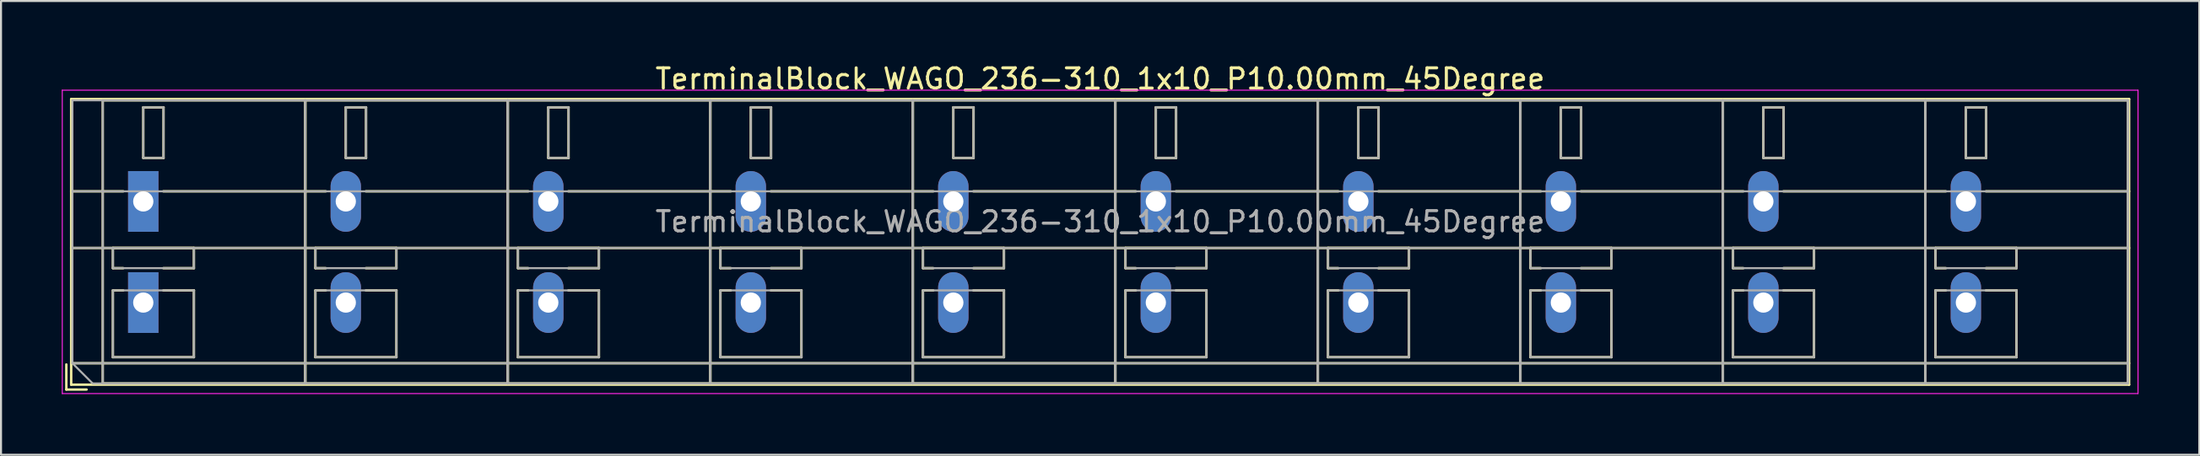
<source format=kicad_pcb>
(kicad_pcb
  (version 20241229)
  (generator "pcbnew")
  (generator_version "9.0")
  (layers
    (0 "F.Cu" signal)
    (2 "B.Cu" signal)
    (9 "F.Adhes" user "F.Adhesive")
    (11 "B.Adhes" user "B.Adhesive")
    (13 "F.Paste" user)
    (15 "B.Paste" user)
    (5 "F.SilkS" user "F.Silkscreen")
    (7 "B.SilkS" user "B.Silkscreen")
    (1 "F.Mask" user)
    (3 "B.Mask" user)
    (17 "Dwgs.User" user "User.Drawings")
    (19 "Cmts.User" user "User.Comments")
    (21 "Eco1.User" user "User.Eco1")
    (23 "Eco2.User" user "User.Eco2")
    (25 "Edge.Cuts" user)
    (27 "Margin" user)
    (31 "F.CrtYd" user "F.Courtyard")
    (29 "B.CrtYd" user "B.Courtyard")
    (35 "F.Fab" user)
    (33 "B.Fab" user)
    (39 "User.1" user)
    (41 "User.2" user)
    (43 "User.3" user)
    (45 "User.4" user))
  (footprint "TerminalBlock_WAGO_236-310_1x10_P10.00mm_45Degree"
    (layer "F.Cu")
    (at 4.025 11.908)
    (property "Reference" "TerminalBlock_WAGO_236-310_1x10_P10.00mm_45Degree" (at 47.25 -11.06 0) (layer "F.SilkS") (effects (font (size 1 1) (thickness 0.15))))
    (attr through_hole)
    (fp_line (start -3.8 3.06) (end -3.8 4.3) (stroke (width 0.12) (type solid)) (layer "F.SilkS"))
    (fp_line (start -3.8 4.3) (end -2.8 4.3) (stroke (width 0.12) (type solid)) (layer "F.SilkS"))
    (fp_line (start -3.56 -10.06) (end -3.56 4.06) (stroke (width 0.12) (type solid)) (layer "F.SilkS"))
    (fp_line (start -3.56 -10.06) (end 98.06 -10.06) (stroke (width 0.12) (type solid)) (layer "F.SilkS"))
    (fp_line (start -3.56 -5.5) (end -0.99 -5.5) (stroke (width 0.12) (type solid)) (layer "F.SilkS"))
    (fp_line (start -3.56 -2.7) (end 98.06 -2.7) (stroke (width 0.12) (type solid)) (layer "F.SilkS"))
    (fp_line (start -3.56 3) (end 98.06 3) (stroke (width 0.12) (type solid)) (layer "F.SilkS"))
    (fp_line (start -3.56 4.06) (end 98.06 4.06) (stroke (width 0.12) (type solid)) (layer "F.SilkS"))
    (fp_line (start -2 -10) (end -2 4) (stroke (width 0.12) (type solid)) (layer "F.SilkS"))
    (fp_line (start -2 -10) (end 8 -10) (stroke (width 0.12) (type solid)) (layer "F.SilkS"))
    (fp_line (start -2 4) (end 8 4) (stroke (width 0.12) (type solid)) (layer "F.SilkS"))
    (fp_line (start -1.5 -2.7) (end -1.5 -1.701) (stroke (width 0.12) (type solid)) (layer "F.SilkS"))
    (fp_line (start -1.5 -2.7) (end 2.5 -2.7) (stroke (width 0.12) (type solid)) (layer "F.SilkS"))
    (fp_line (start -1.5 -1.701) (end -0.99 -1.701) (stroke (width 0.12) (type solid)) (layer "F.SilkS"))
    (fp_line (start -1.5 -0.6) (end -1.5 2.7) (stroke (width 0.12) (type solid)) (layer "F.SilkS"))
    (fp_line (start -1.5 -0.6) (end -0.99 -0.6) (stroke (width 0.12) (type solid)) (layer "F.SilkS"))
    (fp_line (start -1.5 2.7) (end 2.5 2.7) (stroke (width 0.12) (type solid)) (layer "F.SilkS"))
    (fp_line (start 0 -9.65) (end 0 -7.15) (stroke (width 0.12) (type solid)) (layer "F.SilkS"))
    (fp_line (start 0 -9.65) (end 1 -9.65) (stroke (width 0.12) (type solid)) (layer "F.SilkS"))
    (fp_line (start 0 -7.15) (end 1 -7.15) (stroke (width 0.12) (type solid)) (layer "F.SilkS"))
    (fp_line (start 0.99 -5.5) (end 9.01 -5.5) (stroke (width 0.12) (type solid)) (layer "F.SilkS"))
    (fp_line (start 0.99 -1.701) (end 2.5 -1.701) (stroke (width 0.12) (type solid)) (layer "F.SilkS"))
    (fp_line (start 0.99 -0.6) (end 2.5 -0.6) (stroke (width 0.12) (type solid)) (layer "F.SilkS"))
    (fp_line (start 1 -9.65) (end 1 -7.15) (stroke (width 0.12) (type solid)) (layer "F.SilkS"))
    (fp_line (start 2.5 -2.7) (end 2.5 -1.701) (stroke (width 0.12) (type solid)) (layer "F.SilkS"))
    (fp_line (start 2.5 -0.6) (end 2.5 2.7) (stroke (width 0.12) (type solid)) (layer "F.SilkS"))
    (fp_line (start 8 -10) (end 8 4) (stroke (width 0.12) (type solid)) (layer "F.SilkS"))
    (fp_line (start 8 -10) (end 8 4) (stroke (width 0.12) (type solid)) (layer "F.SilkS"))
    (fp_line (start 8 -10) (end 18 -10) (stroke (width 0.12) (type solid)) (layer "F.SilkS"))
    (fp_line (start 8 4) (end 18 4) (stroke (width 0.12) (type solid)) (layer "F.SilkS"))
    (fp_line (start 8.5 -2.7) (end 8.5 -1.701) (stroke (width 0.12) (type solid)) (layer "F.SilkS"))
    (fp_line (start 8.5 -2.7) (end 12.5 -2.7) (stroke (width 0.12) (type solid)) (layer "F.SilkS"))
    (fp_line (start 8.5 -1.701) (end 9.01 -1.701) (stroke (width 0.12) (type solid)) (layer "F.SilkS"))
    (fp_line (start 8.5 -0.6) (end 8.5 2.7) (stroke (width 0.12) (type solid)) (layer "F.SilkS"))
    (fp_line (start 8.5 -0.6) (end 9.01 -0.6) (stroke (width 0.12) (type solid)) (layer "F.SilkS"))
    (fp_line (start 8.5 2.7) (end 12.5 2.7) (stroke (width 0.12) (type solid)) (layer "F.SilkS"))
    (fp_line (start 10 -9.65) (end 10 -7.15) (stroke (width 0.12) (type solid)) (layer "F.SilkS"))
    (fp_line (start 10 -9.65) (end 11 -9.65) (stroke (width 0.12) (type solid)) (layer "F.SilkS"))
    (fp_line (start 10 -7.15) (end 11 -7.15) (stroke (width 0.12) (type solid)) (layer "F.SilkS"))
    (fp_line (start 10.99 -5.5) (end 19.01 -5.5) (stroke (width 0.12) (type solid)) (layer "F.SilkS"))
    (fp_line (start 10.99 -1.701) (end 12.5 -1.701) (stroke (width 0.12) (type solid)) (layer "F.SilkS"))
    (fp_line (start 10.99 -0.6) (end 12.5 -0.6) (stroke (width 0.12) (type solid)) (layer "F.SilkS"))
    (fp_line (start 11 -9.65) (end 11 -7.15) (stroke (width 0.12) (type solid)) (layer "F.SilkS"))
    (fp_line (start 12.5 -2.7) (end 12.5 -1.701) (stroke (width 0.12) (type solid)) (layer "F.SilkS"))
    (fp_line (start 12.5 -0.6) (end 12.5 2.7) (stroke (width 0.12) (type solid)) (layer "F.SilkS"))
    (fp_line (start 18 -10) (end 18 4) (stroke (width 0.12) (type solid)) (layer "F.SilkS"))
    (fp_line (start 18 -10) (end 18 4) (stroke (width 0.12) (type solid)) (layer "F.SilkS"))
    (fp_line (start 18 -10) (end 28 -10) (stroke (width 0.12) (type solid)) (layer "F.SilkS"))
    (fp_line (start 18 4) (end 28 4) (stroke (width 0.12) (type solid)) (layer "F.SilkS"))
    (fp_line (start 18.5 -2.7) (end 18.5 -1.701) (stroke (width 0.12) (type solid)) (layer "F.SilkS"))
    (fp_line (start 18.5 -2.7) (end 22.5 -2.7) (stroke (width 0.12) (type solid)) (layer "F.SilkS"))
    (fp_line (start 18.5 -1.701) (end 19.01 -1.701) (stroke (width 0.12) (type solid)) (layer "F.SilkS"))
    (fp_line (start 18.5 -0.6) (end 18.5 2.7) (stroke (width 0.12) (type solid)) (layer "F.SilkS"))
    (fp_line (start 18.5 -0.6) (end 19.01 -0.6) (stroke (width 0.12) (type solid)) (layer "F.SilkS"))
    (fp_line (start 18.5 2.7) (end 22.5 2.7) (stroke (width 0.12) (type solid)) (layer "F.SilkS"))
    (fp_line (start 20 -9.65) (end 20 -7.15) (stroke (width 0.12) (type solid)) (layer "F.SilkS"))
    (fp_line (start 20 -9.65) (end 21 -9.65) (stroke (width 0.12) (type solid)) (layer "F.SilkS"))
    (fp_line (start 20 -7.15) (end 21 -7.15) (stroke (width 0.12) (type solid)) (layer "F.SilkS"))
    (fp_line (start 20.99 -5.5) (end 29.01 -5.5) (stroke (width 0.12) (type solid)) (layer "F.SilkS"))
    (fp_line (start 20.99 -1.701) (end 22.5 -1.701) (stroke (width 0.12) (type solid)) (layer "F.SilkS"))
    (fp_line (start 20.99 -0.6) (end 22.5 -0.6) (stroke (width 0.12) (type solid)) (layer "F.SilkS"))
    (fp_line (start 21 -9.65) (end 21 -7.15) (stroke (width 0.12) (type solid)) (layer "F.SilkS"))
    (fp_line (start 22.5 -2.7) (end 22.5 -1.701) (stroke (width 0.12) (type solid)) (layer "F.SilkS"))
    (fp_line (start 22.5 -0.6) (end 22.5 2.7) (stroke (width 0.12) (type solid)) (layer "F.SilkS"))
    (fp_line (start 28 -10) (end 28 4) (stroke (width 0.12) (type solid)) (layer "F.SilkS"))
    (fp_line (start 28 -10) (end 28 4) (stroke (width 0.12) (type solid)) (layer "F.SilkS"))
    (fp_line (start 28 -10) (end 38 -10) (stroke (width 0.12) (type solid)) (layer "F.SilkS"))
    (fp_line (start 28 4) (end 38 4) (stroke (width 0.12) (type solid)) (layer "F.SilkS"))
    (fp_line (start 28.5 -2.7) (end 28.5 -1.701) (stroke (width 0.12) (type solid)) (layer "F.SilkS"))
    (fp_line (start 28.5 -2.7) (end 32.5 -2.7) (stroke (width 0.12) (type solid)) (layer "F.SilkS"))
    (fp_line (start 28.5 -1.701) (end 29.01 -1.701) (stroke (width 0.12) (type solid)) (layer "F.SilkS"))
    (fp_line (start 28.5 -0.6) (end 28.5 2.7) (stroke (width 0.12) (type solid)) (layer "F.SilkS"))
    (fp_line (start 28.5 -0.6) (end 29.01 -0.6) (stroke (width 0.12) (type solid)) (layer "F.SilkS"))
    (fp_line (start 28.5 2.7) (end 32.5 2.7) (stroke (width 0.12) (type solid)) (layer "F.SilkS"))
    (fp_line (start 30 -9.65) (end 30 -7.15) (stroke (width 0.12) (type solid)) (layer "F.SilkS"))
    (fp_line (start 30 -9.65) (end 31 -9.65) (stroke (width 0.12) (type solid)) (layer "F.SilkS"))
    (fp_line (start 30 -7.15) (end 31 -7.15) (stroke (width 0.12) (type solid)) (layer "F.SilkS"))
    (fp_line (start 30.99 -5.5) (end 39.01 -5.5) (stroke (width 0.12) (type solid)) (layer "F.SilkS"))
    (fp_line (start 30.99 -1.701) (end 32.5 -1.701) (stroke (width 0.12) (type solid)) (layer "F.SilkS"))
    (fp_line (start 30.99 -0.6) (end 32.5 -0.6) (stroke (width 0.12) (type solid)) (layer "F.SilkS"))
    (fp_line (start 31 -9.65) (end 31 -7.15) (stroke (width 0.12) (type solid)) (layer "F.SilkS"))
    (fp_line (start 32.5 -2.7) (end 32.5 -1.701) (stroke (width 0.12) (type solid)) (layer "F.SilkS"))
    (fp_line (start 32.5 -0.6) (end 32.5 2.7) (stroke (width 0.12) (type solid)) (layer "F.SilkS"))
    (fp_line (start 38 -10) (end 38 4) (stroke (width 0.12) (type solid)) (layer "F.SilkS"))
    (fp_line (start 38 -10) (end 38 4) (stroke (width 0.12) (type solid)) (layer "F.SilkS"))
    (fp_line (start 38 -10) (end 48 -10) (stroke (width 0.12) (type solid)) (layer "F.SilkS"))
    (fp_line (start 38 4) (end 48 4) (stroke (width 0.12) (type solid)) (layer "F.SilkS"))
    (fp_line (start 38.5 -2.7) (end 38.5 -1.701) (stroke (width 0.12) (type solid)) (layer "F.SilkS"))
    (fp_line (start 38.5 -2.7) (end 42.5 -2.7) (stroke (width 0.12) (type solid)) (layer "F.SilkS"))
    (fp_line (start 38.5 -1.701) (end 39.01 -1.701) (stroke (width 0.12) (type solid)) (layer "F.SilkS"))
    (fp_line (start 38.5 -0.6) (end 38.5 2.7) (stroke (width 0.12) (type solid)) (layer "F.SilkS"))
    (fp_line (start 38.5 -0.6) (end 39.01 -0.6) (stroke (width 0.12) (type solid)) (layer "F.SilkS"))
    (fp_line (start 38.5 2.7) (end 42.5 2.7) (stroke (width 0.12) (type solid)) (layer "F.SilkS"))
    (fp_line (start 40 -9.65) (end 40 -7.15) (stroke (width 0.12) (type solid)) (layer "F.SilkS"))
    (fp_line (start 40 -9.65) (end 41 -9.65) (stroke (width 0.12) (type solid)) (layer "F.SilkS"))
    (fp_line (start 40 -7.15) (end 41 -7.15) (stroke (width 0.12) (type solid)) (layer "F.SilkS"))
    (fp_line (start 40.99 -5.5) (end 49.01 -5.5) (stroke (width 0.12) (type solid)) (layer "F.SilkS"))
    (fp_line (start 40.99 -1.701) (end 42.5 -1.701) (stroke (width 0.12) (type solid)) (layer "F.SilkS"))
    (fp_line (start 40.99 -0.6) (end 42.5 -0.6) (stroke (width 0.12) (type solid)) (layer "F.SilkS"))
    (fp_line (start 41 -9.65) (end 41 -7.15) (stroke (width 0.12) (type solid)) (layer "F.SilkS"))
    (fp_line (start 42.5 -2.7) (end 42.5 -1.701) (stroke (width 0.12) (type solid)) (layer "F.SilkS"))
    (fp_line (start 42.5 -0.6) (end 42.5 2.7) (stroke (width 0.12) (type solid)) (layer "F.SilkS"))
    (fp_line (start 48 -10) (end 48 4) (stroke (width 0.12) (type solid)) (layer "F.SilkS"))
    (fp_line (start 48 -10) (end 48 4) (stroke (width 0.12) (type solid)) (layer "F.SilkS"))
    (fp_line (start 48 -10) (end 58 -10) (stroke (width 0.12) (type solid)) (layer "F.SilkS"))
    (fp_line (start 48 4) (end 58 4) (stroke (width 0.12) (type solid)) (layer "F.SilkS"))
    (fp_line (start 48.5 -2.7) (end 48.5 -1.701) (stroke (width 0.12) (type solid)) (layer "F.SilkS"))
    (fp_line (start 48.5 -2.7) (end 52.5 -2.7) (stroke (width 0.12) (type solid)) (layer "F.SilkS"))
    (fp_line (start 48.5 -1.701) (end 49.01 -1.701) (stroke (width 0.12) (type solid)) (layer "F.SilkS"))
    (fp_line (start 48.5 -0.6) (end 48.5 2.7) (stroke (width 0.12) (type solid)) (layer "F.SilkS"))
    (fp_line (start 48.5 -0.6) (end 49.01 -0.6) (stroke (width 0.12) (type solid)) (layer "F.SilkS"))
    (fp_line (start 48.5 2.7) (end 52.5 2.7) (stroke (width 0.12) (type solid)) (layer "F.SilkS"))
    (fp_line (start 50 -9.65) (end 50 -7.15) (stroke (width 0.12) (type solid)) (layer "F.SilkS"))
    (fp_line (start 50 -9.65) (end 51 -9.65) (stroke (width 0.12) (type solid)) (layer "F.SilkS"))
    (fp_line (start 50 -7.15) (end 51 -7.15) (stroke (width 0.12) (type solid)) (layer "F.SilkS"))
    (fp_line (start 50.99 -5.5) (end 59.01 -5.5) (stroke (width 0.12) (type solid)) (layer "F.SilkS"))
    (fp_line (start 50.99 -1.701) (end 52.5 -1.701) (stroke (width 0.12) (type solid)) (layer "F.SilkS"))
    (fp_line (start 50.99 -0.6) (end 52.5 -0.6) (stroke (width 0.12) (type solid)) (layer "F.SilkS"))
    (fp_line (start 51 -9.65) (end 51 -7.15) (stroke (width 0.12) (type solid)) (layer "F.SilkS"))
    (fp_line (start 52.5 -2.7) (end 52.5 -1.701) (stroke (width 0.12) (type solid)) (layer "F.SilkS"))
    (fp_line (start 52.5 -0.6) (end 52.5 2.7) (stroke (width 0.12) (type solid)) (layer "F.SilkS"))
    (fp_line (start 58 -10) (end 58 4) (stroke (width 0.12) (type solid)) (layer "F.SilkS"))
    (fp_line (start 58 -10) (end 58 4) (stroke (width 0.12) (type solid)) (layer "F.SilkS"))
    (fp_line (start 58 -10) (end 68 -10) (stroke (width 0.12) (type solid)) (layer "F.SilkS"))
    (fp_line (start 58 4) (end 68 4) (stroke (width 0.12) (type solid)) (layer "F.SilkS"))
    (fp_line (start 58.5 -2.7) (end 58.5 -1.701) (stroke (width 0.12) (type solid)) (layer "F.SilkS"))
    (fp_line (start 58.5 -2.7) (end 62.5 -2.7) (stroke (width 0.12) (type solid)) (layer "F.SilkS"))
    (fp_line (start 58.5 -1.701) (end 59.01 -1.701) (stroke (width 0.12) (type solid)) (layer "F.SilkS"))
    (fp_line (start 58.5 -0.6) (end 58.5 2.7) (stroke (width 0.12) (type solid)) (layer "F.SilkS"))
    (fp_line (start 58.5 -0.6) (end 59.01 -0.6) (stroke (width 0.12) (type solid)) (layer "F.SilkS"))
    (fp_line (start 58.5 2.7) (end 62.5 2.7) (stroke (width 0.12) (type solid)) (layer "F.SilkS"))
    (fp_line (start 60 -9.65) (end 60 -7.15) (stroke (width 0.12) (type solid)) (layer "F.SilkS"))
    (fp_line (start 60 -9.65) (end 61 -9.65) (stroke (width 0.12) (type solid)) (layer "F.SilkS"))
    (fp_line (start 60 -7.15) (end 61 -7.15) (stroke (width 0.12) (type solid)) (layer "F.SilkS"))
    (fp_line (start 60.99 -5.5) (end 69.01 -5.5) (stroke (width 0.12) (type solid)) (layer "F.SilkS"))
    (fp_line (start 60.99 -1.701) (end 62.5 -1.701) (stroke (width 0.12) (type solid)) (layer "F.SilkS"))
    (fp_line (start 60.99 -0.6) (end 62.5 -0.6) (stroke (width 0.12) (type solid)) (layer "F.SilkS"))
    (fp_line (start 61 -9.65) (end 61 -7.15) (stroke (width 0.12) (type solid)) (layer "F.SilkS"))
    (fp_line (start 62.5 -2.7) (end 62.5 -1.701) (stroke (width 0.12) (type solid)) (layer "F.SilkS"))
    (fp_line (start 62.5 -0.6) (end 62.5 2.7) (stroke (width 0.12) (type solid)) (layer "F.SilkS"))
    (fp_line (start 68 -10) (end 68 4) (stroke (width 0.12) (type solid)) (layer "F.SilkS"))
    (fp_line (start 68 -10) (end 68 4) (stroke (width 0.12) (type solid)) (layer "F.SilkS"))
    (fp_line (start 68 -10) (end 78 -10) (stroke (width 0.12) (type solid)) (layer "F.SilkS"))
    (fp_line (start 68 4) (end 78 4) (stroke (width 0.12) (type solid)) (layer "F.SilkS"))
    (fp_line (start 68.5 -2.7) (end 68.5 -1.701) (stroke (width 0.12) (type solid)) (layer "F.SilkS"))
    (fp_line (start 68.5 -2.7) (end 72.5 -2.7) (stroke (width 0.12) (type solid)) (layer "F.SilkS"))
    (fp_line (start 68.5 -1.701) (end 69.01 -1.701) (stroke (width 0.12) (type solid)) (layer "F.SilkS"))
    (fp_line (start 68.5 -0.6) (end 68.5 2.7) (stroke (width 0.12) (type solid)) (layer "F.SilkS"))
    (fp_line (start 68.5 -0.6) (end 69.01 -0.6) (stroke (width 0.12) (type solid)) (layer "F.SilkS"))
    (fp_line (start 68.5 2.7) (end 72.5 2.7) (stroke (width 0.12) (type solid)) (layer "F.SilkS"))
    (fp_line (start 70 -9.65) (end 70 -7.15) (stroke (width 0.12) (type solid)) (layer "F.SilkS"))
    (fp_line (start 70 -9.65) (end 71 -9.65) (stroke (width 0.12) (type solid)) (layer "F.SilkS"))
    (fp_line (start 70 -7.15) (end 71 -7.15) (stroke (width 0.12) (type solid)) (layer "F.SilkS"))
    (fp_line (start 70.99 -5.5) (end 79.01 -5.5) (stroke (width 0.12) (type solid)) (layer "F.SilkS"))
    (fp_line (start 70.99 -1.701) (end 72.5 -1.701) (stroke (width 0.12) (type solid)) (layer "F.SilkS"))
    (fp_line (start 70.99 -0.6) (end 72.5 -0.6) (stroke (width 0.12) (type solid)) (layer "F.SilkS"))
    (fp_line (start 71 -9.65) (end 71 -7.15) (stroke (width 0.12) (type solid)) (layer "F.SilkS"))
    (fp_line (start 72.5 -2.7) (end 72.5 -1.701) (stroke (width 0.12) (type solid)) (layer "F.SilkS"))
    (fp_line (start 72.5 -0.6) (end 72.5 2.7) (stroke (width 0.12) (type solid)) (layer "F.SilkS"))
    (fp_line (start 78 -10) (end 78 4) (stroke (width 0.12) (type solid)) (layer "F.SilkS"))
    (fp_line (start 78 -10) (end 78 4) (stroke (width 0.12) (type solid)) (layer "F.SilkS"))
    (fp_line (start 78 -10) (end 88 -10) (stroke (width 0.12) (type solid)) (layer "F.SilkS"))
    (fp_line (start 78 4) (end 88 4) (stroke (width 0.12) (type solid)) (layer "F.SilkS"))
    (fp_line (start 78.5 -2.7) (end 78.5 -1.701) (stroke (width 0.12) (type solid)) (layer "F.SilkS"))
    (fp_line (start 78.5 -2.7) (end 82.5 -2.7) (stroke (width 0.12) (type solid)) (layer "F.SilkS"))
    (fp_line (start 78.5 -1.701) (end 79.01 -1.701) (stroke (width 0.12) (type solid)) (layer "F.SilkS"))
    (fp_line (start 78.5 -0.6) (end 78.5 2.7) (stroke (width 0.12) (type solid)) (layer "F.SilkS"))
    (fp_line (start 78.5 -0.6) (end 79.01 -0.6) (stroke (width 0.12) (type solid)) (layer "F.SilkS"))
    (fp_line (start 78.5 2.7) (end 82.5 2.7) (stroke (width 0.12) (type solid)) (layer "F.SilkS"))
    (fp_line (start 80 -9.65) (end 80 -7.15) (stroke (width 0.12) (type solid)) (layer "F.SilkS"))
    (fp_line (start 80 -9.65) (end 81 -9.65) (stroke (width 0.12) (type solid)) (layer "F.SilkS"))
    (fp_line (start 80 -7.15) (end 81 -7.15) (stroke (width 0.12) (type solid)) (layer "F.SilkS"))
    (fp_line (start 80.99 -5.5) (end 89.01 -5.5) (stroke (width 0.12) (type solid)) (layer "F.SilkS"))
    (fp_line (start 80.99 -1.701) (end 82.5 -1.701) (stroke (width 0.12) (type solid)) (layer "F.SilkS"))
    (fp_line (start 80.99 -0.6) (end 82.5 -0.6) (stroke (width 0.12) (type solid)) (layer "F.SilkS"))
    (fp_line (start 81 -9.65) (end 81 -7.15) (stroke (width 0.12) (type solid)) (layer "F.SilkS"))
    (fp_line (start 82.5 -2.7) (end 82.5 -1.701) (stroke (width 0.12) (type solid)) (layer "F.SilkS"))
    (fp_line (start 82.5 -0.6) (end 82.5 2.7) (stroke (width 0.12) (type solid)) (layer "F.SilkS"))
    (fp_line (start 88 -10) (end 88 4) (stroke (width 0.12) (type solid)) (layer "F.SilkS"))
    (fp_line (start 88 -10) (end 88 4) (stroke (width 0.12) (type solid)) (layer "F.SilkS"))
    (fp_line (start 88 -10) (end 98 -10) (stroke (width 0.12) (type solid)) (layer "F.SilkS"))
    (fp_line (start 88 4) (end 98 4) (stroke (width 0.12) (type solid)) (layer "F.SilkS"))
    (fp_line (start 88.5 -2.7) (end 88.5 -1.701) (stroke (width 0.12) (type solid)) (layer "F.SilkS"))
    (fp_line (start 88.5 -2.7) (end 92.5 -2.7) (stroke (width 0.12) (type solid)) (layer "F.SilkS"))
    (fp_line (start 88.5 -1.701) (end 89.01 -1.701) (stroke (width 0.12) (type solid)) (layer "F.SilkS"))
    (fp_line (start 88.5 -0.6) (end 88.5 2.7) (stroke (width 0.12) (type solid)) (layer "F.SilkS"))
    (fp_line (start 88.5 -0.6) (end 89.01 -0.6) (stroke (width 0.12) (type solid)) (layer "F.SilkS"))
    (fp_line (start 88.5 2.7) (end 92.5 2.7) (stroke (width 0.12) (type solid)) (layer "F.SilkS"))
    (fp_line (start 90 -9.65) (end 90 -7.15) (stroke (width 0.12) (type solid)) (layer "F.SilkS"))
    (fp_line (start 90 -9.65) (end 91 -9.65) (stroke (width 0.12) (type solid)) (layer "F.SilkS"))
    (fp_line (start 90 -7.15) (end 91 -7.15) (stroke (width 0.12) (type solid)) (layer "F.SilkS"))
    (fp_line (start 90.99 -5.5) (end 98.06 -5.5) (stroke (width 0.12) (type solid)) (layer "F.SilkS"))
    (fp_line (start 90.99 -1.701) (end 92.5 -1.701) (stroke (width 0.12) (type solid)) (layer "F.SilkS"))
    (fp_line (start 90.99 -0.6) (end 92.5 -0.6) (stroke (width 0.12) (type solid)) (layer "F.SilkS"))
    (fp_line (start 91 -9.65) (end 91 -7.15) (stroke (width 0.12) (type solid)) (layer "F.SilkS"))
    (fp_line (start 92.5 -2.7) (end 92.5 -1.701) (stroke (width 0.12) (type solid)) (layer "F.SilkS"))
    (fp_line (start 92.5 -0.6) (end 92.5 2.7) (stroke (width 0.12) (type solid)) (layer "F.SilkS"))
    (fp_line (start 98 -10) (end 98 4) (stroke (width 0.12) (type solid)) (layer "F.SilkS"))
    (fp_line (start 98.06 -10.06) (end 98.06 4.06) (stroke (width 0.12) (type solid)) (layer "F.SilkS"))
    (fp_line (start -4 -10.5) (end -4 4.5) (stroke (width 0.05) (type solid)) (layer "F.CrtYd"))
    (fp_line (start -4 4.5) (end 98.5 4.5) (stroke (width 0.05) (type solid)) (layer "F.CrtYd"))
    (fp_line (start 98.5 -10.5) (end -4 -10.5) (stroke (width 0.05) (type solid)) (layer "F.CrtYd"))
    (fp_line (start 98.5 4.5) (end 98.5 -10.5) (stroke (width 0.05) (type solid)) (layer "F.CrtYd"))
    (fp_line (start -3.5 -10) (end 98 -10) (stroke (width 0.1) (type solid)) (layer "F.Fab"))
    (fp_line (start -3.5 -5.5) (end 98 -5.5) (stroke (width 0.1) (type solid)) (layer "F.Fab"))
    (fp_line (start -3.5 -2.7) (end 98 -2.7) (stroke (width 0.1) (type solid)) (layer "F.Fab"))
    (fp_line (start -3.5 3) (end -3.5 -10) (stroke (width 0.1) (type solid)) (layer "F.Fab"))
    (fp_line (start -3.5 3) (end 98 3) (stroke (width 0.1) (type solid)) (layer "F.Fab"))
    (fp_line (start -2.5 4) (end -3.5 3) (stroke (width 0.1) (type solid)) (layer "F.Fab"))
    (fp_line (start -2 -10) (end -2 4) (stroke (width 0.1) (type solid)) (layer "F.Fab"))
    (fp_line (start -2 4) (end 8 4) (stroke (width 0.1) (type solid)) (layer "F.Fab"))
    (fp_line (start -1.5 -2.7) (end -1.5 -1.7) (stroke (width 0.1) (type solid)) (layer "F.Fab"))
    (fp_line (start -1.5 -1.7) (end 2.5 -1.7) (stroke (width 0.1) (type solid)) (layer "F.Fab"))
    (fp_line (start -1.5 -0.6) (end -1.5 2.7) (stroke (width 0.1) (type solid)) (layer "F.Fab"))
    (fp_line (start -1.5 2.7) (end 2.5 2.7) (stroke (width 0.1) (type solid)) (layer "F.Fab"))
    (fp_line (start 0 -9.65) (end 0 -7.15) (stroke (width 0.1) (type solid)) (layer "F.Fab"))
    (fp_line (start 0 -7.15) (end 1 -7.15) (stroke (width 0.1) (type solid)) (layer "F.Fab"))
    (fp_line (start 1 -9.65) (end 0 -9.65) (stroke (width 0.1) (type solid)) (layer "F.Fab"))
    (fp_line (start 1 -7.15) (end 1 -9.65) (stroke (width 0.1) (type solid)) (layer "F.Fab"))
    (fp_line (start 2.5 -2.7) (end -1.5 -2.7) (stroke (width 0.1) (type solid)) (layer "F.Fab"))
    (fp_line (start 2.5 -1.7) (end 2.5 -2.7) (stroke (width 0.1) (type solid)) (layer "F.Fab"))
    (fp_line (start 2.5 -0.6) (end -1.5 -0.6) (stroke (width 0.1) (type solid)) (layer "F.Fab"))
    (fp_line (start 2.5 2.7) (end 2.5 -0.6) (stroke (width 0.1) (type solid)) (layer "F.Fab"))
    (fp_line (start 8 -10) (end -2 -10) (stroke (width 0.1) (type solid)) (layer "F.Fab"))
    (fp_line (start 8 -10) (end 8 4) (stroke (width 0.1) (type solid)) (layer "F.Fab"))
    (fp_line (start 8 4) (end 8 -10) (stroke (width 0.1) (type solid)) (layer "F.Fab"))
    (fp_line (start 8 4) (end 18 4) (stroke (width 0.1) (type solid)) (layer "F.Fab"))
    (fp_line (start 8.5 -2.7) (end 8.5 -1.7) (stroke (width 0.1) (type solid)) (layer "F.Fab"))
    (fp_line (start 8.5 -1.7) (end 12.5 -1.7) (stroke (width 0.1) (type solid)) (layer "F.Fab"))
    (fp_line (start 8.5 -0.6) (end 8.5 2.7) (stroke (width 0.1) (type solid)) (layer "F.Fab"))
    (fp_line (start 8.5 2.7) (end 12.5 2.7) (stroke (width 0.1) (type solid)) (layer "F.Fab"))
    (fp_line (start 10 -9.65) (end 10 -7.15) (stroke (width 0.1) (type solid)) (layer "F.Fab"))
    (fp_line (start 10 -7.15) (end 11 -7.15) (stroke (width 0.1) (type solid)) (layer "F.Fab"))
    (fp_line (start 11 -9.65) (end 10 -9.65) (stroke (width 0.1) (type solid)) (layer "F.Fab"))
    (fp_line (start 11 -7.15) (end 11 -9.65) (stroke (width 0.1) (type solid)) (layer "F.Fab"))
    (fp_line (start 12.5 -2.7) (end 8.5 -2.7) (stroke (width 0.1) (type solid)) (layer "F.Fab"))
    (fp_line (start 12.5 -1.7) (end 12.5 -2.7) (stroke (width 0.1) (type solid)) (layer "F.Fab"))
    (fp_line (start 12.5 -0.6) (end 8.5 -0.6) (stroke (width 0.1) (type solid)) (layer "F.Fab"))
    (fp_line (start 12.5 2.7) (end 12.5 -0.6) (stroke (width 0.1) (type solid)) (layer "F.Fab"))
    (fp_line (start 18 -10) (end 8 -10) (stroke (width 0.1) (type solid)) (layer "F.Fab"))
    (fp_line (start 18 -10) (end 18 4) (stroke (width 0.1) (type solid)) (layer "F.Fab"))
    (fp_line (start 18 4) (end 18 -10) (stroke (width 0.1) (type solid)) (layer "F.Fab"))
    (fp_line (start 18 4) (end 28 4) (stroke (width 0.1) (type solid)) (layer "F.Fab"))
    (fp_line (start 18.5 -2.7) (end 18.5 -1.7) (stroke (width 0.1) (type solid)) (layer "F.Fab"))
    (fp_line (start 18.5 -1.7) (end 22.5 -1.7) (stroke (width 0.1) (type solid)) (layer "F.Fab"))
    (fp_line (start 18.5 -0.6) (end 18.5 2.7) (stroke (width 0.1) (type solid)) (layer "F.Fab"))
    (fp_line (start 18.5 2.7) (end 22.5 2.7) (stroke (width 0.1) (type solid)) (layer "F.Fab"))
    (fp_line (start 20 -9.65) (end 20 -7.15) (stroke (width 0.1) (type solid)) (layer "F.Fab"))
    (fp_line (start 20 -7.15) (end 21 -7.15) (stroke (width 0.1) (type solid)) (layer "F.Fab"))
    (fp_line (start 21 -9.65) (end 20 -9.65) (stroke (width 0.1) (type solid)) (layer "F.Fab"))
    (fp_line (start 21 -7.15) (end 21 -9.65) (stroke (width 0.1) (type solid)) (layer "F.Fab"))
    (fp_line (start 22.5 -2.7) (end 18.5 -2.7) (stroke (width 0.1) (type solid)) (layer "F.Fab"))
    (fp_line (start 22.5 -1.7) (end 22.5 -2.7) (stroke (width 0.1) (type solid)) (layer "F.Fab"))
    (fp_line (start 22.5 -0.6) (end 18.5 -0.6) (stroke (width 0.1) (type solid)) (layer "F.Fab"))
    (fp_line (start 22.5 2.7) (end 22.5 -0.6) (stroke (width 0.1) (type solid)) (layer "F.Fab"))
    (fp_line (start 28 -10) (end 18 -10) (stroke (width 0.1) (type solid)) (layer "F.Fab"))
    (fp_line (start 28 -10) (end 28 4) (stroke (width 0.1) (type solid)) (layer "F.Fab"))
    (fp_line (start 28 4) (end 28 -10) (stroke (width 0.1) (type solid)) (layer "F.Fab"))
    (fp_line (start 28 4) (end 38 4) (stroke (width 0.1) (type solid)) (layer "F.Fab"))
    (fp_line (start 28.5 -2.7) (end 28.5 -1.7) (stroke (width 0.1) (type solid)) (layer "F.Fab"))
    (fp_line (start 28.5 -1.7) (end 32.5 -1.7) (stroke (width 0.1) (type solid)) (layer "F.Fab"))
    (fp_line (start 28.5 -0.6) (end 28.5 2.7) (stroke (width 0.1) (type solid)) (layer "F.Fab"))
    (fp_line (start 28.5 2.7) (end 32.5 2.7) (stroke (width 0.1) (type solid)) (layer "F.Fab"))
    (fp_line (start 30 -9.65) (end 30 -7.15) (stroke (width 0.1) (type solid)) (layer "F.Fab"))
    (fp_line (start 30 -7.15) (end 31 -7.15) (stroke (width 0.1) (type solid)) (layer "F.Fab"))
    (fp_line (start 31 -9.65) (end 30 -9.65) (stroke (width 0.1) (type solid)) (layer "F.Fab"))
    (fp_line (start 31 -7.15) (end 31 -9.65) (stroke (width 0.1) (type solid)) (layer "F.Fab"))
    (fp_line (start 32.5 -2.7) (end 28.5 -2.7) (stroke (width 0.1) (type solid)) (layer "F.Fab"))
    (fp_line (start 32.5 -1.7) (end 32.5 -2.7) (stroke (width 0.1) (type solid)) (layer "F.Fab"))
    (fp_line (start 32.5 -0.6) (end 28.5 -0.6) (stroke (width 0.1) (type solid)) (layer "F.Fab"))
    (fp_line (start 32.5 2.7) (end 32.5 -0.6) (stroke (width 0.1) (type solid)) (layer "F.Fab"))
    (fp_line (start 38 -10) (end 28 -10) (stroke (width 0.1) (type solid)) (layer "F.Fab"))
    (fp_line (start 38 -10) (end 38 4) (stroke (width 0.1) (type solid)) (layer "F.Fab"))
    (fp_line (start 38 4) (end 38 -10) (stroke (width 0.1) (type solid)) (layer "F.Fab"))
    (fp_line (start 38 4) (end 48 4) (stroke (width 0.1) (type solid)) (layer "F.Fab"))
    (fp_line (start 38.5 -2.7) (end 38.5 -1.7) (stroke (width 0.1) (type solid)) (layer "F.Fab"))
    (fp_line (start 38.5 -1.7) (end 42.5 -1.7) (stroke (width 0.1) (type solid)) (layer "F.Fab"))
    (fp_line (start 38.5 -0.6) (end 38.5 2.7) (stroke (width 0.1) (type solid)) (layer "F.Fab"))
    (fp_line (start 38.5 2.7) (end 42.5 2.7) (stroke (width 0.1) (type solid)) (layer "F.Fab"))
    (fp_line (start 40 -9.65) (end 40 -7.15) (stroke (width 0.1) (type solid)) (layer "F.Fab"))
    (fp_line (start 40 -7.15) (end 41 -7.15) (stroke (width 0.1) (type solid)) (layer "F.Fab"))
    (fp_line (start 41 -9.65) (end 40 -9.65) (stroke (width 0.1) (type solid)) (layer "F.Fab"))
    (fp_line (start 41 -7.15) (end 41 -9.65) (stroke (width 0.1) (type solid)) (layer "F.Fab"))
    (fp_line (start 42.5 -2.7) (end 38.5 -2.7) (stroke (width 0.1) (type solid)) (layer "F.Fab"))
    (fp_line (start 42.5 -1.7) (end 42.5 -2.7) (stroke (width 0.1) (type solid)) (layer "F.Fab"))
    (fp_line (start 42.5 -0.6) (end 38.5 -0.6) (stroke (width 0.1) (type solid)) (layer "F.Fab"))
    (fp_line (start 42.5 2.7) (end 42.5 -0.6) (stroke (width 0.1) (type solid)) (layer "F.Fab"))
    (fp_line (start 48 -10) (end 38 -10) (stroke (width 0.1) (type solid)) (layer "F.Fab"))
    (fp_line (start 48 -10) (end 48 4) (stroke (width 0.1) (type solid)) (layer "F.Fab"))
    (fp_line (start 48 4) (end 48 -10) (stroke (width 0.1) (type solid)) (layer "F.Fab"))
    (fp_line (start 48 4) (end 58 4) (stroke (width 0.1) (type solid)) (layer "F.Fab"))
    (fp_line (start 48.5 -2.7) (end 48.5 -1.7) (stroke (width 0.1) (type solid)) (layer "F.Fab"))
    (fp_line (start 48.5 -1.7) (end 52.5 -1.7) (stroke (width 0.1) (type solid)) (layer "F.Fab"))
    (fp_line (start 48.5 -0.6) (end 48.5 2.7) (stroke (width 0.1) (type solid)) (layer "F.Fab"))
    (fp_line (start 48.5 2.7) (end 52.5 2.7) (stroke (width 0.1) (type solid)) (layer "F.Fab"))
    (fp_line (start 50 -9.65) (end 50 -7.15) (stroke (width 0.1) (type solid)) (layer "F.Fab"))
    (fp_line (start 50 -7.15) (end 51 -7.15) (stroke (width 0.1) (type solid)) (layer "F.Fab"))
    (fp_line (start 51 -9.65) (end 50 -9.65) (stroke (width 0.1) (type solid)) (layer "F.Fab"))
    (fp_line (start 51 -7.15) (end 51 -9.65) (stroke (width 0.1) (type solid)) (layer "F.Fab"))
    (fp_line (start 52.5 -2.7) (end 48.5 -2.7) (stroke (width 0.1) (type solid)) (layer "F.Fab"))
    (fp_line (start 52.5 -1.7) (end 52.5 -2.7) (stroke (width 0.1) (type solid)) (layer "F.Fab"))
    (fp_line (start 52.5 -0.6) (end 48.5 -0.6) (stroke (width 0.1) (type solid)) (layer "F.Fab"))
    (fp_line (start 52.5 2.7) (end 52.5 -0.6) (stroke (width 0.1) (type solid)) (layer "F.Fab"))
    (fp_line (start 58 -10) (end 48 -10) (stroke (width 0.1) (type solid)) (layer "F.Fab"))
    (fp_line (start 58 -10) (end 58 4) (stroke (width 0.1) (type solid)) (layer "F.Fab"))
    (fp_line (start 58 4) (end 58 -10) (stroke (width 0.1) (type solid)) (layer "F.Fab"))
    (fp_line (start 58 4) (end 68 4) (stroke (width 0.1) (type solid)) (layer "F.Fab"))
    (fp_line (start 58.5 -2.7) (end 58.5 -1.7) (stroke (width 0.1) (type solid)) (layer "F.Fab"))
    (fp_line (start 58.5 -1.7) (end 62.5 -1.7) (stroke (width 0.1) (type solid)) (layer "F.Fab"))
    (fp_line (start 58.5 -0.6) (end 58.5 2.7) (stroke (width 0.1) (type solid)) (layer "F.Fab"))
    (fp_line (start 58.5 2.7) (end 62.5 2.7) (stroke (width 0.1) (type solid)) (layer "F.Fab"))
    (fp_line (start 60 -9.65) (end 60 -7.15) (stroke (width 0.1) (type solid)) (layer "F.Fab"))
    (fp_line (start 60 -7.15) (end 61 -7.15) (stroke (width 0.1) (type solid)) (layer "F.Fab"))
    (fp_line (start 61 -9.65) (end 60 -9.65) (stroke (width 0.1) (type solid)) (layer "F.Fab"))
    (fp_line (start 61 -7.15) (end 61 -9.65) (stroke (width 0.1) (type solid)) (layer "F.Fab"))
    (fp_line (start 62.5 -2.7) (end 58.5 -2.7) (stroke (width 0.1) (type solid)) (layer "F.Fab"))
    (fp_line (start 62.5 -1.7) (end 62.5 -2.7) (stroke (width 0.1) (type solid)) (layer "F.Fab"))
    (fp_line (start 62.5 -0.6) (end 58.5 -0.6) (stroke (width 0.1) (type solid)) (layer "F.Fab"))
    (fp_line (start 62.5 2.7) (end 62.5 -0.6) (stroke (width 0.1) (type solid)) (layer "F.Fab"))
    (fp_line (start 68 -10) (end 58 -10) (stroke (width 0.1) (type solid)) (layer "F.Fab"))
    (fp_line (start 68 -10) (end 68 4) (stroke (width 0.1) (type solid)) (layer "F.Fab"))
    (fp_line (start 68 4) (end 68 -10) (stroke (width 0.1) (type solid)) (layer "F.Fab"))
    (fp_line (start 68 4) (end 78 4) (stroke (width 0.1) (type solid)) (layer "F.Fab"))
    (fp_line (start 68.5 -2.7) (end 68.5 -1.7) (stroke (width 0.1) (type solid)) (layer "F.Fab"))
    (fp_line (start 68.5 -1.7) (end 72.5 -1.7) (stroke (width 0.1) (type solid)) (layer "F.Fab"))
    (fp_line (start 68.5 -0.6) (end 68.5 2.7) (stroke (width 0.1) (type solid)) (layer "F.Fab"))
    (fp_line (start 68.5 2.7) (end 72.5 2.7) (stroke (width 0.1) (type solid)) (layer "F.Fab"))
    (fp_line (start 70 -9.65) (end 70 -7.15) (stroke (width 0.1) (type solid)) (layer "F.Fab"))
    (fp_line (start 70 -7.15) (end 71 -7.15) (stroke (width 0.1) (type solid)) (layer "F.Fab"))
    (fp_line (start 71 -9.65) (end 70 -9.65) (stroke (width 0.1) (type solid)) (layer "F.Fab"))
    (fp_line (start 71 -7.15) (end 71 -9.65) (stroke (width 0.1) (type solid)) (layer "F.Fab"))
    (fp_line (start 72.5 -2.7) (end 68.5 -2.7) (stroke (width 0.1) (type solid)) (layer "F.Fab"))
    (fp_line (start 72.5 -1.7) (end 72.5 -2.7) (stroke (width 0.1) (type solid)) (layer "F.Fab"))
    (fp_line (start 72.5 -0.6) (end 68.5 -0.6) (stroke (width 0.1) (type solid)) (layer "F.Fab"))
    (fp_line (start 72.5 2.7) (end 72.5 -0.6) (stroke (width 0.1) (type solid)) (layer "F.Fab"))
    (fp_line (start 78 -10) (end 68 -10) (stroke (width 0.1) (type solid)) (layer "F.Fab"))
    (fp_line (start 78 -10) (end 78 4) (stroke (width 0.1) (type solid)) (layer "F.Fab"))
    (fp_line (start 78 4) (end 78 -10) (stroke (width 0.1) (type solid)) (layer "F.Fab"))
    (fp_line (start 78 4) (end 88 4) (stroke (width 0.1) (type solid)) (layer "F.Fab"))
    (fp_line (start 78.5 -2.7) (end 78.5 -1.7) (stroke (width 0.1) (type solid)) (layer "F.Fab"))
    (fp_line (start 78.5 -1.7) (end 82.5 -1.7) (stroke (width 0.1) (type solid)) (layer "F.Fab"))
    (fp_line (start 78.5 -0.6) (end 78.5 2.7) (stroke (width 0.1) (type solid)) (layer "F.Fab"))
    (fp_line (start 78.5 2.7) (end 82.5 2.7) (stroke (width 0.1) (type solid)) (layer "F.Fab"))
    (fp_line (start 80 -9.65) (end 80 -7.15) (stroke (width 0.1) (type solid)) (layer "F.Fab"))
    (fp_line (start 80 -7.15) (end 81 -7.15) (stroke (width 0.1) (type solid)) (layer "F.Fab"))
    (fp_line (start 81 -9.65) (end 80 -9.65) (stroke (width 0.1) (type solid)) (layer "F.Fab"))
    (fp_line (start 81 -7.15) (end 81 -9.65) (stroke (width 0.1) (type solid)) (layer "F.Fab"))
    (fp_line (start 82.5 -2.7) (end 78.5 -2.7) (stroke (width 0.1) (type solid)) (layer "F.Fab"))
    (fp_line (start 82.5 -1.7) (end 82.5 -2.7) (stroke (width 0.1) (type solid)) (layer "F.Fab"))
    (fp_line (start 82.5 -0.6) (end 78.5 -0.6) (stroke (width 0.1) (type solid)) (layer "F.Fab"))
    (fp_line (start 82.5 2.7) (end 82.5 -0.6) (stroke (width 0.1) (type solid)) (layer "F.Fab"))
    (fp_line (start 88 -10) (end 78 -10) (stroke (width 0.1) (type solid)) (layer "F.Fab"))
    (fp_line (start 88 -10) (end 88 4) (stroke (width 0.1) (type solid)) (layer "F.Fab"))
    (fp_line (start 88 4) (end 88 -10) (stroke (width 0.1) (type solid)) (layer "F.Fab"))
    (fp_line (start 88 4) (end 98 4) (stroke (width 0.1) (type solid)) (layer "F.Fab"))
    (fp_line (start 88.5 -2.7) (end 88.5 -1.7) (stroke (width 0.1) (type solid)) (layer "F.Fab"))
    (fp_line (start 88.5 -1.7) (end 92.5 -1.7) (stroke (width 0.1) (type solid)) (layer "F.Fab"))
    (fp_line (start 88.5 -0.6) (end 88.5 2.7) (stroke (width 0.1) (type solid)) (layer "F.Fab"))
    (fp_line (start 88.5 2.7) (end 92.5 2.7) (stroke (width 0.1) (type solid)) (layer "F.Fab"))
    (fp_line (start 90 -9.65) (end 90 -7.15) (stroke (width 0.1) (type solid)) (layer "F.Fab"))
    (fp_line (start 90 -7.15) (end 91 -7.15) (stroke (width 0.1) (type solid)) (layer "F.Fab"))
    (fp_line (start 91 -9.65) (end 90 -9.65) (stroke (width 0.1) (type solid)) (layer "F.Fab"))
    (fp_line (start 91 -7.15) (end 91 -9.65) (stroke (width 0.1) (type solid)) (layer "F.Fab"))
    (fp_line (start 92.5 -2.7) (end 88.5 -2.7) (stroke (width 0.1) (type solid)) (layer "F.Fab"))
    (fp_line (start 92.5 -1.7) (end 92.5 -2.7) (stroke (width 0.1) (type solid)) (layer "F.Fab"))
    (fp_line (start 92.5 -0.6) (end 88.5 -0.6) (stroke (width 0.1) (type solid)) (layer "F.Fab"))
    (fp_line (start 92.5 2.7) (end 92.5 -0.6) (stroke (width 0.1) (type solid)) (layer "F.Fab"))
    (fp_line (start 98 -10) (end 88 -10) (stroke (width 0.1) (type solid)) (layer "F.Fab"))
    (fp_line (start 98 -10) (end 98 4) (stroke (width 0.1) (type solid)) (layer "F.Fab"))
    (fp_line (start 98 4) (end -2.5 4) (stroke (width 0.1) (type solid)) (layer "F.Fab"))
    (fp_line (start 98 4) (end 98 -10) (stroke (width 0.1) (type solid)) (layer "F.Fab"))
    (fp_text user "${REFERENCE}" (at 47.25 -4 0) (layer "F.Fab") (effects (font (size 1 1) (thickness 0.15))))
    (pad "1" thru_hole rect (at 0 -5) (size 1.5 3) (drill 1) (layers "*.Cu" "*.Mask"))
    (pad "1" thru_hole rect (at 0 0) (size 1.5 3) (drill 1) (layers "*.Cu" "*.Mask"))
    (pad "2" thru_hole oval (at 10 -5) (size 1.5 3) (drill 1) (layers "*.Cu" "*.Mask"))
    (pad "2" thru_hole oval (at 10 0) (size 1.5 3) (drill 1) (layers "*.Cu" "*.Mask"))
    (pad "3" thru_hole oval (at 20 -5) (size 1.5 3) (drill 1) (layers "*.Cu" "*.Mask"))
    (pad "3" thru_hole oval (at 20 0) (size 1.5 3) (drill 1) (layers "*.Cu" "*.Mask"))
    (pad "4" thru_hole oval (at 30 -5) (size 1.5 3) (drill 1) (layers "*.Cu" "*.Mask"))
    (pad "4" thru_hole oval (at 30 0) (size 1.5 3) (drill 1) (layers "*.Cu" "*.Mask"))
    (pad "5" thru_hole oval (at 40 -5) (size 1.5 3) (drill 1) (layers "*.Cu" "*.Mask"))
    (pad "5" thru_hole oval (at 40 0) (size 1.5 3) (drill 1) (layers "*.Cu" "*.Mask"))
    (pad "6" thru_hole oval (at 50 -5) (size 1.5 3) (drill 1) (layers "*.Cu" "*.Mask"))
    (pad "6" thru_hole oval (at 50 0) (size 1.5 3) (drill 1) (layers "*.Cu" "*.Mask"))
    (pad "7" thru_hole oval (at 60 -5) (size 1.5 3) (drill 1) (layers "*.Cu" "*.Mask"))
    (pad "7" thru_hole oval (at 60 0) (size 1.5 3) (drill 1) (layers "*.Cu" "*.Mask"))
    (pad "8" thru_hole oval (at 70 -5) (size 1.5 3) (drill 1) (layers "*.Cu" "*.Mask"))
    (pad "8" thru_hole oval (at 70 0) (size 1.5 3) (drill 1) (layers "*.Cu" "*.Mask"))
    (pad "9" thru_hole oval (at 80 -5) (size 1.5 3) (drill 1) (layers "*.Cu" "*.Mask"))
    (pad "9" thru_hole oval (at 80 0) (size 1.5 3) (drill 1) (layers "*.Cu" "*.Mask"))
    (pad "10" thru_hole oval (at 90 -5) (size 1.5 3) (drill 1) (layers "*.Cu" "*.Mask"))
    (pad "10" thru_hole oval (at 90 0) (size 1.5 3) (drill 1) (layers "*.Cu" "*.Mask")))
  (gr_rect
    (start -3 -3)
    (end 105.55 19.433)
    (stroke (width 0.1) (type default))
    (fill no)
    (layer "Edge.Cuts")))
</source>
